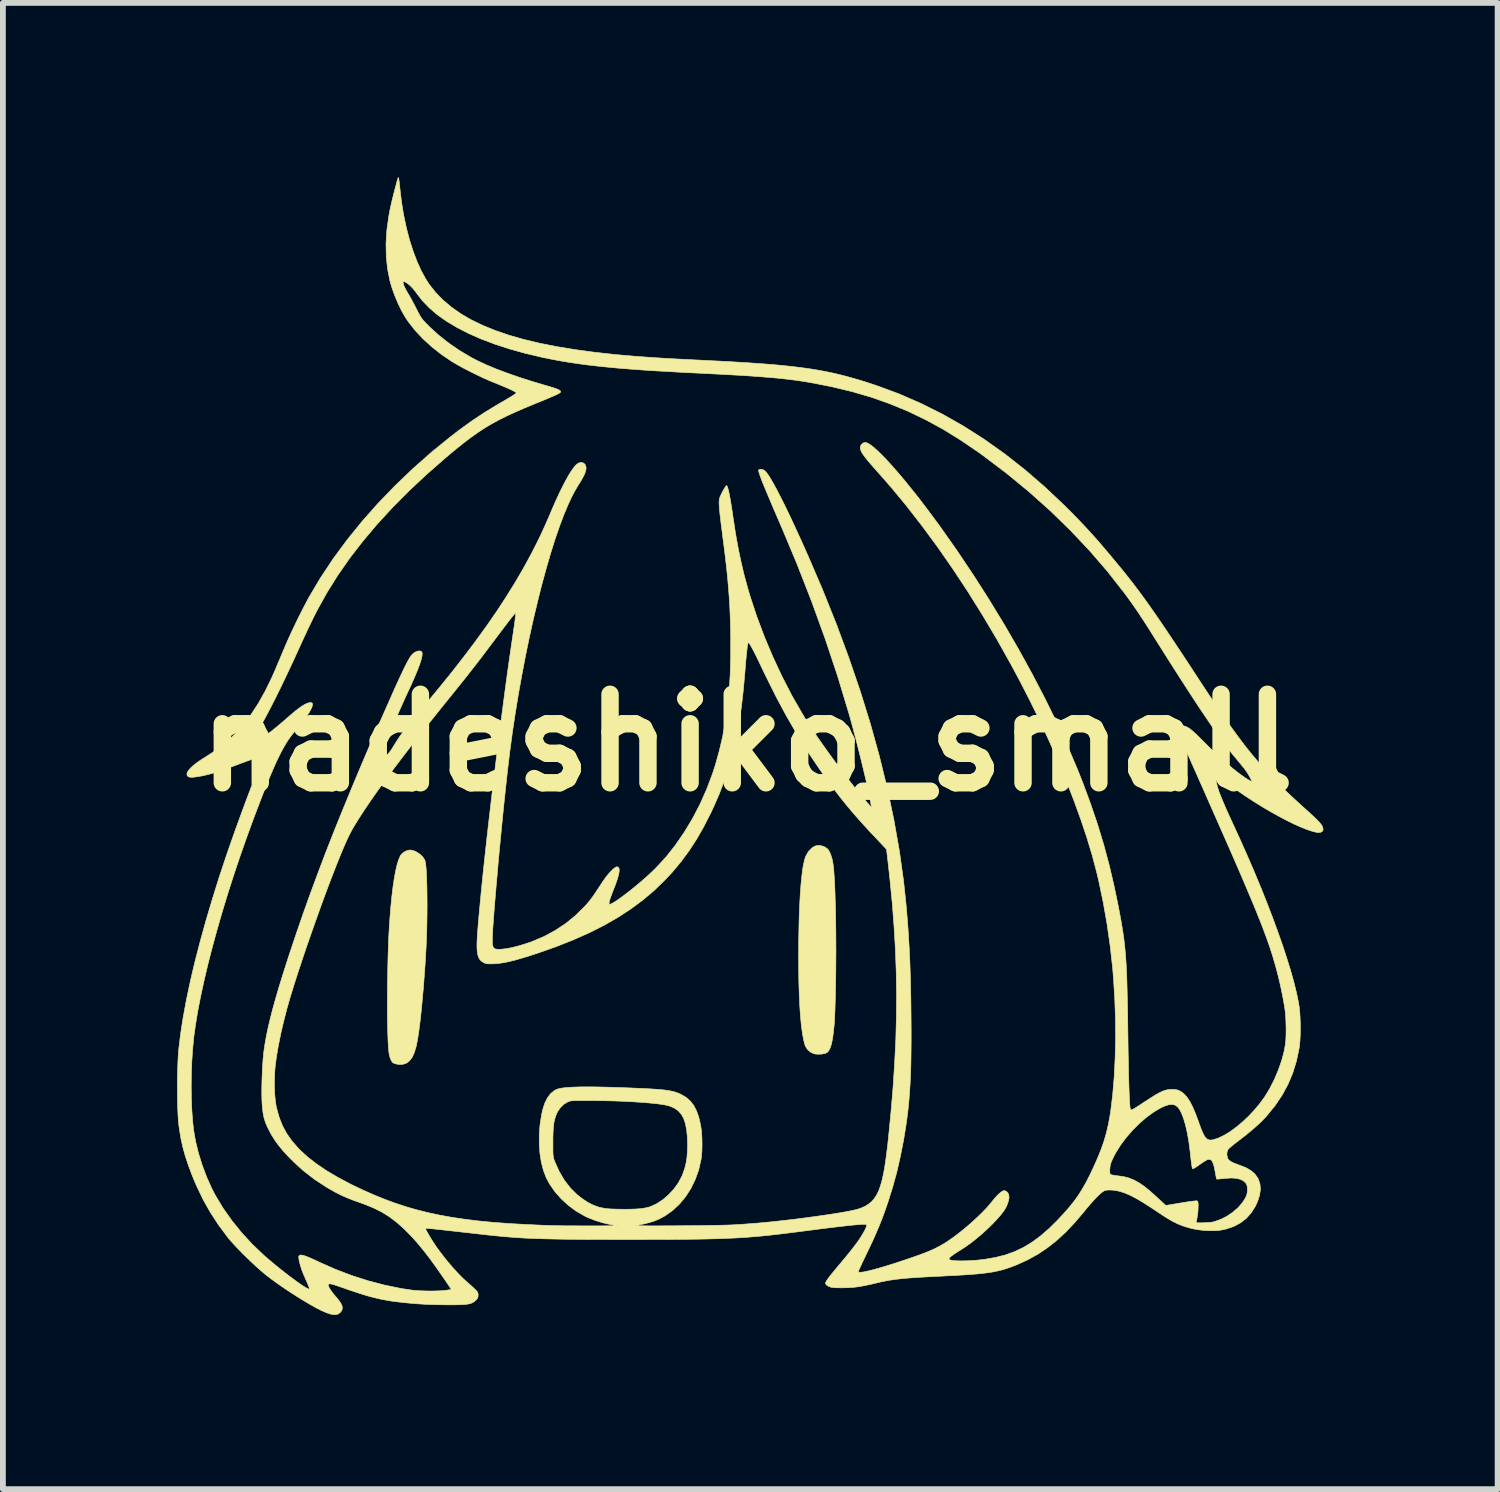
<source format=kicad_pcb>
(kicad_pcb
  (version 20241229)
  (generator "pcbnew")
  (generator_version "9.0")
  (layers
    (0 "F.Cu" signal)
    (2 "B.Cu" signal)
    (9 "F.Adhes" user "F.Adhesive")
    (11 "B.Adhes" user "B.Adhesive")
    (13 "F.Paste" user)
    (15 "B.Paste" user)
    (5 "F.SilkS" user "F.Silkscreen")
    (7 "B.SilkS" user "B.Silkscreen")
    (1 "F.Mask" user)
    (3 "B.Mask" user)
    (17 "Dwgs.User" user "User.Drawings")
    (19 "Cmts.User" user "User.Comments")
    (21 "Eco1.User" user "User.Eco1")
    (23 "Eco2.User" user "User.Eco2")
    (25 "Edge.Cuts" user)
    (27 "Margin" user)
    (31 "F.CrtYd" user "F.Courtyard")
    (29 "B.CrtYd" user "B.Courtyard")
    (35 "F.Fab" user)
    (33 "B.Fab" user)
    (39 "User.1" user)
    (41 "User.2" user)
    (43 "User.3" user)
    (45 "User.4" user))
  (footprint "nadeshiko_small"
    (layer "F.Cu")
    (at 9.814 9.741)
    (property "Reference" "nadeshiko_small" (at 0 0 0) (layer "F.SilkS") (effects (font (size 1.524 1.524) (thickness 0.3))))
    (attr through_hole)
    (fp_poly (pts (xy 1.313 1.783) (xy 1.339 1.795) (xy 1.376 1.818) (xy 1.402 1.845) (xy 1.424 1.884) (xy 1.44 1.92) (xy 1.453 1.958) (xy 1.465 2.001) (xy 1.476 2.051) (xy 1.485 2.109) (xy 1.493 2.178) (xy 1.499 2.259) (xy 1.505 2.353) (xy 1.511 2.463) (xy 1.516 2.591) (xy 1.52 2.737) (xy 1.525 2.904) (xy 1.526 2.95) (xy 1.528 3.091) (xy 1.53 3.242) (xy 1.531 3.401) (xy 1.532 3.565) (xy 1.531 3.732) (xy 1.53 3.898) (xy 1.528 4.061) (xy 1.525 4.219) (xy 1.522 4.368) (xy 1.518 4.507) (xy 1.514 4.632) (xy 1.509 4.74) (xy 1.504 4.83) (xy 1.5 4.872) (xy 1.487 4.999) (xy 1.472 5.103) (xy 1.455 5.188) (xy 1.434 5.253) (xy 1.41 5.3) (xy 1.383 5.332) (xy 1.372 5.339) (xy 1.334 5.353) (xy 1.282 5.362) (xy 1.225 5.364) (xy 1.173 5.36) (xy 1.153 5.356) (xy 1.097 5.329) (xy 1.047 5.287) (xy 1.011 5.235) (xy 1 5.21) (xy 0.976 5.12) (xy 0.955 5.007) (xy 0.937 4.872) (xy 0.921 4.714) (xy 0.909 4.535) (xy 0.9 4.334) (xy 0.893 4.113) (xy 0.89 3.87) (xy 0.889 3.702) (xy 0.89 3.451) (xy 0.894 3.216) (xy 0.899 2.997) (xy 0.907 2.797) (xy 0.917 2.614) (xy 0.929 2.451) (xy 0.943 2.307) (xy 0.958 2.183) (xy 0.976 2.081) (xy 0.996 2) (xy 1.011 1.956) (xy 1.056 1.877) (xy 1.119 1.812) (xy 1.134 1.8) (xy 1.189 1.773) (xy 1.249 1.767) (xy 1.313 1.783)) (stroke (width 0.01) (type solid)) (fill yes) (layer "F.SilkS"))
    (fp_poly (pts (xy -5.746 1.857) (xy -5.688 1.883) (xy -5.632 1.92) (xy -5.585 1.965) (xy -5.552 2.013) (xy -5.543 2.038) (xy -5.535 2.079) (xy -5.528 2.141) (xy -5.522 2.221) (xy -5.518 2.317) (xy -5.514 2.427) (xy -5.511 2.548) (xy -5.51 2.677) (xy -5.509 2.813) (xy -5.51 2.953) (xy -5.512 3.095) (xy -5.515 3.235) (xy -5.52 3.373) (xy -5.525 3.505) (xy -5.53 3.596) (xy -5.543 3.813) (xy -5.558 4.022) (xy -5.573 4.221) (xy -5.59 4.409) (xy -5.606 4.584) (xy -5.623 4.745) (xy -5.641 4.89) (xy -5.658 5.016) (xy -5.676 5.124) (xy -5.693 5.211) (xy -5.699 5.236) (xy -5.73 5.339) (xy -5.768 5.42) (xy -5.814 5.48) (xy -5.868 5.52) (xy -5.931 5.539) (xy -6.004 5.539) (xy -6.045 5.531) (xy -6.082 5.52) (xy -6.105 5.504) (xy -6.123 5.476) (xy -6.127 5.469) (xy -6.14 5.442) (xy -6.15 5.412) (xy -6.159 5.377) (xy -6.166 5.334) (xy -6.172 5.281) (xy -6.177 5.215) (xy -6.181 5.133) (xy -6.185 5.033) (xy -6.189 4.918) (xy -6.191 4.798) (xy -6.193 4.658) (xy -6.193 4.505) (xy -6.192 4.341) (xy -6.191 4.171) (xy -6.188 3.999) (xy -6.185 3.83) (xy -6.181 3.667) (xy -6.176 3.514) (xy -6.171 3.377) (xy -6.165 3.262) (xy -6.151 3.042) (xy -6.135 2.84) (xy -6.117 2.655) (xy -6.097 2.488) (xy -6.075 2.341) (xy -6.052 2.213) (xy -6.027 2.105) (xy -6.001 2.019) (xy -5.973 1.954) (xy -5.957 1.927) (xy -5.918 1.89) (xy -5.866 1.861) (xy -5.812 1.848) (xy -5.8 1.847) (xy -5.746 1.857)) (stroke (width 0.01) (type solid)) (fill yes) (layer "F.SilkS"))
    (fp_poly (pts (xy -6.001 -9.728) (xy -5.995 -9.701) (xy -5.989 -9.657) (xy -5.983 -9.6) (xy -5.976 -9.536) (xy -5.949 -9.309) (xy -5.913 -9.088) (xy -5.867 -8.873) (xy -5.814 -8.667) (xy -5.752 -8.473) (xy -5.684 -8.292) (xy -5.61 -8.128) (xy -5.53 -7.983) (xy -5.471 -7.892) (xy -5.361 -7.753) (xy -5.235 -7.624) (xy -5.092 -7.503) (xy -4.932 -7.39) (xy -4.754 -7.286) (xy -4.557 -7.19) (xy -4.342 -7.102) (xy -4.107 -7.021) (xy -3.853 -6.948) (xy -3.578 -6.882) (xy -3.283 -6.823) (xy -2.966 -6.771) (xy -2.673 -6.731) (xy -2.528 -6.714) (xy -2.386 -6.698) (xy -2.242 -6.683) (xy -2.095 -6.67) (xy -1.943 -6.657) (xy -1.782 -6.645) (xy -1.611 -6.633) (xy -1.427 -6.621) (xy -1.227 -6.61) (xy -1.009 -6.599) (xy -0.77 -6.587) (xy -0.762 -6.586) (xy -0.487 -6.573) (xy -0.234 -6.559) (xy 0.000115 -6.545) (xy 0.216 -6.53) (xy 0.416 -6.515) (xy 0.601 -6.498) (xy 0.773 -6.48) (xy 0.935 -6.46) (xy 1.087 -6.439) (xy 1.232 -6.415) (xy 1.37 -6.389) (xy 1.505 -6.361) (xy 1.637 -6.329) (xy 1.768 -6.294) (xy 1.901 -6.256) (xy 2.036 -6.215) (xy 2.176 -6.169) (xy 2.236 -6.149) (xy 2.619 -6.008) (xy 2.995 -5.844) (xy 3.366 -5.659) (xy 3.73 -5.452) (xy 4.089 -5.223) (xy 4.442 -4.972) (xy 4.789 -4.699) (xy 5.131 -4.403) (xy 5.468 -4.085) (xy 5.6 -3.953) (xy 5.701 -3.849) (xy 5.794 -3.752) (xy 5.881 -3.658) (xy 5.967 -3.563) (xy 6.055 -3.464) (xy 6.147 -3.356) (xy 6.249 -3.236) (xy 6.305 -3.168) (xy 6.382 -3.075) (xy 6.456 -2.986) (xy 6.526 -2.899) (xy 6.593 -2.814) (xy 6.66 -2.728) (xy 6.726 -2.641) (xy 6.793 -2.551) (xy 6.862 -2.456) (xy 6.934 -2.355) (xy 7.009 -2.248) (xy 7.09 -2.131) (xy 7.176 -2.004) (xy 7.269 -1.866) (xy 7.37 -1.715) (xy 7.479 -1.55) (xy 7.599 -1.369) (xy 7.729 -1.17) (xy 7.816 -1.037) (xy 7.961 -0.817) (xy 8.097 -0.615) (xy 8.224 -0.429) (xy 8.345 -0.259) (xy 8.46 -0.101) (xy 8.572 0.047) (xy 8.682 0.185) (xy 8.792 0.316) (xy 8.902 0.442) (xy 9.016 0.565) (xy 9.133 0.686) (xy 9.256 0.808) (xy 9.386 0.931) (xy 9.525 1.059) (xy 9.6 1.127) (xy 9.682 1.2) (xy 9.748 1.261) (xy 9.8 1.31) (xy 9.839 1.35) (xy 9.869 1.383) (xy 9.89 1.41) (xy 9.905 1.434) (xy 9.913 1.45) (xy 9.922 1.492) (xy 9.911 1.522) (xy 9.883 1.541) (xy 9.838 1.546) (xy 9.805 1.542) (xy 9.729 1.523) (xy 9.636 1.492) (xy 9.53 1.449) (xy 9.412 1.396) (xy 9.285 1.333) (xy 9.151 1.262) (xy 9.013 1.185) (xy 8.872 1.102) (xy 8.731 1.014) (xy 8.592 0.924) (xy 8.503 0.863) (xy 8.405 0.795) (xy 8.318 0.737) (xy 8.245 0.688) (xy 8.186 0.651) (xy 8.142 0.626) (xy 8.115 0.613) (xy 8.109 0.612) (xy 8.095 0.622) (xy 8.086 0.641) (xy 8.084 0.671) (xy 8.091 0.713) (xy 8.105 0.769) (xy 8.128 0.84) (xy 8.161 0.926) (xy 8.203 1.028) (xy 8.255 1.148) (xy 8.318 1.287) (xy 8.382 1.426) (xy 8.508 1.701) (xy 8.629 1.974) (xy 8.745 2.244) (xy 8.855 2.509) (xy 8.959 2.769) (xy 9.055 3.02) (xy 9.144 3.263) (xy 9.226 3.495) (xy 9.298 3.716) (xy 9.362 3.923) (xy 9.416 4.115) (xy 9.46 4.292) (xy 9.493 4.45) (xy 9.509 4.543) (xy 9.519 4.629) (xy 9.525 4.729) (xy 9.529 4.837) (xy 9.53 4.948) (xy 9.527 5.056) (xy 9.521 5.155) (xy 9.512 5.238) (xy 9.509 5.259) (xy 9.463 5.479) (xy 9.399 5.687) (xy 9.317 5.882) (xy 9.215 6.07) (xy 9.093 6.251) (xy 8.949 6.427) (xy 8.936 6.442) (xy 8.841 6.54) (xy 8.725 6.645) (xy 8.589 6.758) (xy 8.463 6.855) (xy 8.409 6.896) (xy 8.361 6.935) (xy 8.321 6.968) (xy 8.294 6.993) (xy 8.285 7.003) (xy 8.268 7.045) (xy 8.264 7.096) (xy 8.275 7.149) (xy 8.278 7.158) (xy 8.298 7.186) (xy 8.333 7.213) (xy 8.387 7.239) (xy 8.461 7.267) (xy 8.48 7.274) (xy 8.589 7.316) (xy 8.676 7.366) (xy 8.744 7.424) (xy 8.794 7.492) (xy 8.804 7.511) (xy 8.834 7.597) (xy 8.842 7.69) (xy 8.828 7.791) (xy 8.793 7.9) (xy 8.756 7.98) (xy 8.685 8.094) (xy 8.599 8.19) (xy 8.499 8.268) (xy 8.383 8.33) (xy 8.251 8.374) (xy 8.15 8.395) (xy 8.067 8.403) (xy 7.97 8.403) (xy 7.867 8.398) (xy 7.765 8.386) (xy 7.673 8.369) (xy 7.66 8.366) (xy 7.573 8.342) (xy 7.493 8.316) (xy 7.416 8.284) (xy 7.338 8.246) (xy 7.255 8.199) (xy 7.163 8.141) (xy 7.064 8.075) (xy 6.927 7.984) (xy 6.805 7.907) (xy 6.697 7.844) (xy 6.6 7.794) (xy 6.512 7.756) (xy 6.432 7.729) (xy 6.357 7.712) (xy 6.291 7.704) (xy 6.237 7.702) (xy 6.198 7.704) (xy 6.168 7.71) (xy 6.15 7.718) (xy 6.111 7.743) (xy 6.06 7.787) (xy 6 7.848) (xy 5.93 7.925) (xy 5.851 8.017) (xy 5.804 8.076) (xy 5.647 8.261) (xy 5.492 8.425) (xy 5.335 8.57) (xy 5.174 8.697) (xy 5.008 8.808) (xy 4.833 8.905) (xy 4.648 8.989) (xy 4.602 9.007) (xy 4.531 9.034) (xy 4.462 9.057) (xy 4.394 9.078) (xy 4.323 9.095) (xy 4.248 9.111) (xy 4.167 9.124) (xy 4.076 9.136) (xy 3.975 9.147) (xy 3.86 9.156) (xy 3.729 9.165) (xy 3.58 9.174) (xy 3.411 9.182) (xy 3.365 9.185) (xy 3.196 9.193) (xy 3.048 9.201) (xy 2.918 9.209) (xy 2.803 9.217) (xy 2.702 9.225) (xy 2.611 9.235) (xy 2.529 9.245) (xy 2.452 9.257) (xy 2.379 9.27) (xy 2.307 9.285) (xy 2.233 9.303) (xy 2.223 9.305) (xy 2.148 9.323) (xy 2.068 9.34) (xy 1.993 9.355) (xy 1.929 9.366) (xy 1.911 9.369) (xy 1.847 9.377) (xy 1.774 9.382) (xy 1.697 9.386) (xy 1.622 9.387) (xy 1.553 9.386) (xy 1.495 9.383) (xy 1.454 9.378) (xy 1.445 9.376) (xy 1.397 9.357) (xy 1.365 9.334) (xy 1.351 9.31) (xy 1.351 9.307) (xy 1.356 9.29) (xy 1.373 9.261) (xy 1.402 9.22) (xy 1.443 9.166) (xy 1.499 9.098) (xy 1.568 9.014) (xy 1.61 8.965) (xy 1.666 8.898) (xy 1.726 8.825) (xy 1.784 8.753) (xy 1.836 8.686) (xy 1.865 8.649) (xy 1.916 8.579) (xy 1.961 8.512) (xy 1.999 8.449) (xy 2.03 8.393) (xy 2.051 8.348) (xy 2.061 8.316) (xy 2.058 8.3) (xy 2.049 8.296) (xy 2.031 8.293) (xy 2.002 8.293) (xy 1.962 8.295) (xy 1.909 8.299) (xy 1.843 8.305) (xy 1.761 8.313) (xy 1.664 8.324) (xy 1.55 8.337) (xy 1.418 8.353) (xy 1.266 8.372) (xy 1.095 8.394) (xy 0.902 8.419) (xy 0.831 8.428) (xy 0.695 8.445) (xy 0.566 8.461) (xy 0.443 8.475) (xy 0.324 8.488) (xy 0.208 8.499) (xy 0.092 8.509) (xy -0.025 8.518) (xy -0.145 8.526) (xy -0.27 8.532) (xy -0.401 8.538) (xy -0.54 8.542) (xy -0.69 8.546) (xy -0.851 8.549) (xy -1.026 8.551) (xy -1.216 8.553) (xy -1.423 8.554) (xy -1.649 8.554) (xy -1.895 8.555) (xy -2.003 8.555) (xy -2.252 8.555) (xy -2.479 8.554) (xy -2.687 8.554) (xy -2.876 8.553) (xy -3.049 8.551) (xy -3.208 8.549) (xy -3.353 8.546) (xy -3.487 8.543) (xy -3.611 8.539) (xy -3.727 8.535) (xy -3.837 8.53) (xy -3.941 8.523) (xy -4.043 8.516) (xy -4.144 8.508) (xy -4.244 8.499) (xy -4.347 8.489) (xy -4.453 8.478) (xy -4.549 8.467) (xy -4.658 8.455) (xy -4.779 8.441) (xy -4.905 8.427) (xy -5.028 8.413) (xy -5.142 8.401) (xy -5.216 8.392) (xy -5.299 8.383) (xy -5.374 8.375) (xy -5.438 8.369) (xy -5.489 8.364) (xy -5.523 8.362) (xy -5.537 8.362) (xy -5.537 8.362) (xy -5.534 8.374) (xy -5.521 8.402) (xy -5.499 8.442) (xy -5.471 8.491) (xy -5.438 8.545) (xy -5.403 8.6) (xy -5.368 8.653) (xy -5.358 8.669) (xy -5.289 8.764) (xy -5.212 8.864) (xy -5.131 8.964) (xy -5.048 9.059) (xy -4.968 9.147) (xy -4.893 9.223) (xy -4.832 9.278) (xy -4.786 9.318) (xy -4.738 9.361) (xy -4.696 9.4) (xy -4.691 9.405) (xy -4.659 9.437) (xy -4.64 9.461) (xy -4.632 9.483) (xy -4.63 9.51) (xy -4.63 9.513) (xy -4.633 9.548) (xy -4.645 9.574) (xy -4.671 9.601) (xy -4.696 9.623) (xy -4.723 9.641) (xy -4.753 9.654) (xy -4.791 9.664) (xy -4.838 9.672) (xy -4.897 9.676) (xy -4.972 9.679) (xy -5.065 9.68) (xy -5.155 9.68) (xy -5.361 9.677) (xy -5.55 9.67) (xy -5.729 9.659) (xy -5.903 9.642) (xy -6.026 9.628) (xy -6.125 9.615) (xy -6.218 9.599) (xy -6.308 9.582) (xy -6.399 9.561) (xy -6.494 9.537) (xy -6.596 9.507) (xy -6.709 9.471) (xy -6.836 9.429) (xy -6.98 9.378) (xy -7.002 9.371) (xy -7.074 9.346) (xy -7.128 9.329) (xy -7.165 9.32) (xy -7.19 9.319) (xy -7.205 9.323) (xy -7.21 9.329) (xy -7.211 9.35) (xy -7.196 9.384) (xy -7.169 9.428) (xy -7.131 9.48) (xy -7.089 9.529) (xy -7.033 9.597) (xy -6.994 9.653) (xy -6.973 9.7) (xy -6.968 9.74) (xy -6.978 9.776) (xy -7.004 9.811) (xy -7.008 9.815) (xy -7.047 9.841) (xy -7.098 9.849) (xy -7.161 9.842) (xy -7.239 9.817) (xy -7.256 9.81) (xy -7.331 9.777) (xy -7.421 9.731) (xy -7.522 9.674) (xy -7.632 9.609) (xy -7.747 9.538) (xy -7.864 9.463) (xy -7.98 9.386) (xy -8.092 9.308) (xy -8.196 9.232) (xy -8.29 9.16) (xy -8.362 9.099) (xy -8.444 9.027) (xy -8.531 8.946) (xy -8.62 8.86) (xy -8.708 8.773) (xy -8.79 8.688) (xy -8.863 8.609) (xy -8.924 8.539) (xy -8.945 8.513) (xy -9.104 8.299) (xy -9.245 8.082) (xy -9.37 7.859) (xy -9.483 7.622) (xy -9.552 7.458) (xy -9.617 7.285) (xy -9.671 7.124) (xy -9.714 6.97) (xy -9.748 6.817) (xy -9.774 6.659) (xy -9.787 6.562) (xy -9.794 6.487) (xy -9.799 6.393) (xy -9.804 6.283) (xy -9.807 6.162) (xy -9.808 6.033) (xy -9.809 5.912) (xy -9.571 5.912) (xy -9.569 6.118) (xy -9.561 6.315) (xy -9.548 6.5) (xy -9.531 6.662) (xy -9.497 6.86) (xy -9.447 7.066) (xy -9.382 7.275) (xy -9.305 7.479) (xy -9.218 7.674) (xy -9.154 7.796) (xy -9.023 8.014) (xy -8.872 8.228) (xy -8.703 8.437) (xy -8.521 8.635) (xy -8.328 8.819) (xy -8.312 8.834) (xy -8.229 8.905) (xy -8.142 8.978) (xy -8.055 9.049) (xy -7.968 9.118) (xy -7.884 9.183) (xy -7.804 9.242) (xy -7.732 9.295) (xy -7.667 9.34) (xy -7.614 9.374) (xy -7.573 9.397) (xy -7.547 9.408) (xy -7.54 9.408) (xy -7.537 9.404) (xy -7.537 9.394) (xy -7.543 9.376) (xy -7.554 9.346) (xy -7.572 9.303) (xy -7.597 9.245) (xy -7.631 9.168) (xy -7.656 9.108) (xy -7.678 9.043) (xy -7.697 8.98) (xy -7.711 8.923) (xy -7.718 8.877) (xy -7.719 8.847) (xy -7.718 8.843) (xy -7.708 8.829) (xy -7.69 8.822) (xy -7.66 8.824) (xy -7.618 8.835) (xy -7.562 8.856) (xy -7.49 8.887) (xy -7.4 8.928) (xy -7.366 8.945) (xy -7.092 9.066) (xy -6.81 9.174) (xy -6.523 9.266) (xy -6.236 9.341) (xy -5.954 9.399) (xy -5.772 9.426) (xy -5.701 9.433) (xy -5.617 9.438) (xy -5.524 9.441) (xy -5.43 9.442) (xy -5.34 9.44) (xy -5.259 9.437) (xy -5.194 9.431) (xy -5.18 9.429) (xy -5.09 9.415) (xy -5.219 9.225) (xy -5.342 9.048) (xy -5.457 8.889) (xy -5.566 8.748) (xy -5.671 8.62) (xy -5.774 8.505) (xy -5.877 8.4) (xy -5.907 8.37) (xy -6.032 8.259) (xy -6.157 8.164) (xy -6.287 8.083) (xy -6.427 8.013) (xy -6.583 7.949) (xy -6.644 7.927) (xy -6.771 7.882) (xy -6.882 7.839) (xy -6.983 7.794) (xy -7.081 7.745) (xy -7.182 7.688) (xy -7.244 7.652) (xy -7.444 7.521) (xy -7.631 7.377) (xy -7.808 7.217) (xy -7.891 7.133) (xy -7.985 7.032) (xy -8.062 6.939) (xy -8.128 6.849) (xy -8.186 6.756) (xy -8.22 6.695) (xy -8.262 6.61) (xy -8.294 6.534) (xy -8.317 6.46) (xy -8.333 6.382) (xy -8.344 6.293) (xy -8.35 6.221) (xy -8.354 6.136) (xy -8.356 6.033) (xy -8.355 5.918) (xy -8.355 5.918) (xy -8.138 5.918) (xy -8.134 6.039) (xy -8.124 6.151) (xy -8.11 6.248) (xy -8.101 6.292) (xy -8.056 6.452) (xy -7.999 6.596) (xy -7.927 6.729) (xy -7.838 6.856) (xy -7.73 6.98) (xy -7.696 7.015) (xy -7.565 7.135) (xy -7.413 7.253) (xy -7.24 7.37) (xy -7.044 7.486) (xy -6.827 7.601) (xy -6.616 7.702) (xy -6.431 7.784) (xy -6.247 7.859) (xy -6.064 7.927) (xy -5.878 7.988) (xy -5.689 8.043) (xy -5.494 8.092) (xy -5.292 8.135) (xy -5.081 8.173) (xy -4.859 8.206) (xy -4.625 8.235) (xy -4.376 8.259) (xy -4.111 8.279) (xy -3.827 8.295) (xy -3.524 8.309) (xy -3.285 8.317) (xy -3.247 8.317) (xy -3.193 8.318) (xy -3.126 8.319) (xy -3.049 8.319) (xy -2.964 8.319) (xy -2.873 8.32) (xy -2.779 8.32) (xy -2.684 8.32) (xy -2.592 8.32) (xy -2.504 8.32) (xy -2.423 8.319) (xy -2.352 8.319) (xy -2.293 8.318) (xy -2.249 8.318) (xy -2.222 8.317) (xy -2.214 8.316) (xy -2.217 8.316) (xy -2.344 8.299) (xy -2.479 8.268) (xy -2.615 8.226) (xy -2.744 8.175) (xy -2.794 8.151) (xy -2.94 8.067) (xy -3.077 7.966) (xy -3.201 7.852) (xy -3.31 7.728) (xy -3.401 7.596) (xy -3.459 7.487) (xy -3.506 7.363) (xy -3.542 7.223) (xy -3.566 7.07) (xy -3.574 6.958) (xy -3.342 6.958) (xy -3.342 7.022) (xy -3.341 7.07) (xy -3.338 7.107) (xy -3.334 7.136) (xy -3.329 7.161) (xy -3.321 7.186) (xy -3.31 7.214) (xy -3.309 7.216) (xy -3.234 7.383) (xy -3.145 7.534) (xy -3.041 7.668) (xy -2.924 7.784) (xy -2.837 7.852) (xy -2.736 7.918) (xy -2.641 7.966) (xy -2.547 7.999) (xy -2.449 8.019) (xy -2.417 8.023) (xy -2.355 8.028) (xy -2.277 8.031) (xy -2.189 8.033) (xy -2.097 8.034) (xy -2.008 8.033) (xy -1.926 8.03) (xy -1.859 8.026) (xy -1.832 8.024) (xy -1.776 8.016) (xy -1.721 8.005) (xy -1.676 7.993) (xy -1.669 7.991) (xy -1.559 7.941) (xy -1.451 7.871) (xy -1.351 7.785) (xy -1.26 7.687) (xy -1.182 7.579) (xy -1.121 7.465) (xy -1.107 7.43) (xy -1.072 7.33) (xy -1.048 7.233) (xy -1.033 7.132) (xy -1.025 7.019) (xy -1.023 6.933) (xy -1.027 6.788) (xy -1.04 6.663) (xy -1.061 6.557) (xy -1.091 6.468) (xy -1.132 6.396) (xy -1.184 6.338) (xy -1.248 6.293) (xy -1.324 6.26) (xy -1.35 6.252) (xy -1.408 6.238) (xy -1.487 6.225) (xy -1.585 6.213) (xy -1.699 6.202) (xy -1.827 6.192) (xy -1.967 6.183) (xy -2.116 6.175) (xy -2.272 6.169) (xy -2.433 6.165) (xy -2.597 6.162) (xy -2.673 6.161) (xy -2.773 6.161) (xy -2.853 6.161) (xy -2.916 6.161) (xy -2.964 6.162) (xy -3 6.164) (xy -3.027 6.167) (xy -3.048 6.171) (xy -3.065 6.176) (xy -3.082 6.183) (xy -3.091 6.187) (xy -3.155 6.227) (xy -3.214 6.284) (xy -3.261 6.353) (xy -3.274 6.377) (xy -3.295 6.43) (xy -3.312 6.484) (xy -3.325 6.544) (xy -3.333 6.613) (xy -3.339 6.696) (xy -3.342 6.795) (xy -3.342 6.875) (xy -3.342 6.958) (xy -3.574 6.958) (xy -3.577 6.908) (xy -3.577 6.742) (xy -3.564 6.575) (xy -3.538 6.411) (xy -3.52 6.327) (xy -3.484 6.211) (xy -3.437 6.116) (xy -3.381 6.042) (xy -3.314 5.988) (xy -3.277 5.969) (xy -3.235 5.956) (xy -3.175 5.945) (xy -3.097 5.937) (xy -3.001 5.931) (xy -2.885 5.927) (xy -2.749 5.926) (xy -2.593 5.927) (xy -2.416 5.931) (xy -2.217 5.937) (xy -1.996 5.945) (xy -1.963 5.947) (xy -1.816 5.953) (xy -1.691 5.959) (xy -1.583 5.966) (xy -1.493 5.973) (xy -1.416 5.981) (xy -1.35 5.99) (xy -1.295 6.001) (xy -1.246 6.013) (xy -1.202 6.028) (xy -1.161 6.044) (xy -1.135 6.056) (xy -1.049 6.107) (xy -0.977 6.17) (xy -0.917 6.247) (xy -0.868 6.341) (xy -0.829 6.453) (xy -0.799 6.584) (xy -0.796 6.601) (xy -0.783 6.698) (xy -0.776 6.807) (xy -0.774 6.92) (xy -0.776 7.029) (xy -0.784 7.128) (xy -0.791 7.177) (xy -0.831 7.353) (xy -0.89 7.519) (xy -0.965 7.674) (xy -1.056 7.816) (xy -1.161 7.943) (xy -1.28 8.054) (xy -1.411 8.147) (xy -1.515 8.203) (xy -1.59 8.234) (xy -1.681 8.263) (xy -1.778 8.287) (xy -1.875 8.306) (xy -1.922 8.312) (xy -1.93 8.314) (xy -1.916 8.316) (xy -1.884 8.317) (xy -1.834 8.318) (xy -1.769 8.319) (xy -1.691 8.32) (xy -1.601 8.32) (xy -1.501 8.32) (xy -1.394 8.319) (xy -1.282 8.319) (xy -1.166 8.318) (xy -1.048 8.317) (xy -0.93 8.316) (xy -0.815 8.315) (xy -0.703 8.313) (xy -0.598 8.312) (xy -0.5 8.31) (xy -0.413 8.308) (xy -0.337 8.306) (xy -0.275 8.304) (xy -0.231 8.302) (xy -0.017 8.288) (xy 0.189 8.272) (xy 0.393 8.253) (xy 0.6 8.231) (xy 0.817 8.206) (xy 1.05 8.176) (xy 1.108 8.168) (xy 1.265 8.146) (xy 1.409 8.125) (xy 1.539 8.105) (xy 1.654 8.086) (xy 1.751 8.068) (xy 1.829 8.052) (xy 1.886 8.038) (xy 1.903 8.034) (xy 1.975 8.009) (xy 2.04 7.979) (xy 2.097 7.943) (xy 2.148 7.901) (xy 2.193 7.849) (xy 2.233 7.787) (xy 2.269 7.714) (xy 2.3 7.627) (xy 2.328 7.526) (xy 2.354 7.408) (xy 2.377 7.273) (xy 2.399 7.119) (xy 2.421 6.944) (xy 2.436 6.806) (xy 2.48 6.358) (xy 2.516 5.928) (xy 2.543 5.514) (xy 2.563 5.111) (xy 2.573 4.718) (xy 2.576 4.33) (xy 2.57 3.945) (xy 2.556 3.559) (xy 2.533 3.17) (xy 2.503 2.774) (xy 2.463 2.368) (xy 2.437 2.127) (xy 2.403 1.835) (xy 2.244 1.666) (xy 2.114 1.529) (xy 1.999 1.403) (xy 1.895 1.287) (xy 1.799 1.176) (xy 1.708 1.067) (xy 1.62 0.957) (xy 1.531 0.842) (xy 1.471 0.762) (xy 1.258 0.467) (xy 1.056 0.167) (xy 0.864 -0.142) (xy 0.678 -0.463) (xy 0.498 -0.799) (xy 0.321 -1.155) (xy 0.265 -1.27) (xy 0.206 -1.395) (xy 0.155 -1.5) (xy 0.112 -1.584) (xy 0.078 -1.648) (xy 0.052 -1.692) (xy 0.034 -1.718) (xy 0.024 -1.725) (xy 0.023 -1.724) (xy 0.016 -1.709) (xy 0.009 -1.677) (xy 0.002 -1.625) (xy -0.006 -1.555) (xy -0.015 -1.464) (xy -0.025 -1.351) (xy -0.035 -1.224) (xy -0.063 -0.908) (xy -0.097 -0.612) (xy -0.139 -0.333) (xy -0.189 -0.07) (xy -0.247 0.181) (xy -0.314 0.422) (xy -0.391 0.655) (xy -0.478 0.883) (xy -0.576 1.108) (xy -0.624 1.21) (xy -0.744 1.445) (xy -0.867 1.66) (xy -0.997 1.86) (xy -1.135 2.047) (xy -1.283 2.225) (xy -1.42 2.371) (xy -1.6 2.545) (xy -1.794 2.709) (xy -2.002 2.863) (xy -2.224 3.008) (xy -2.463 3.145) (xy -2.72 3.274) (xy -2.995 3.396) (xy -3.291 3.513) (xy -3.6 3.622) (xy -3.751 3.671) (xy -3.883 3.711) (xy -3.998 3.744) (xy -4.099 3.769) (xy -4.188 3.787) (xy -4.267 3.799) (xy -4.338 3.806) (xy -4.353 3.806) (xy -4.411 3.808) (xy -4.453 3.808) (xy -4.482 3.805) (xy -4.506 3.799) (xy -4.53 3.789) (xy -4.537 3.785) (xy -4.572 3.763) (xy -4.6 3.734) (xy -4.621 3.698) (xy -4.637 3.65) (xy -4.646 3.591) (xy -4.65 3.516) (xy -4.649 3.425) (xy -4.643 3.314) (xy -4.636 3.221) (xy -4.62 3.027) (xy -4.6 2.811) (xy -4.578 2.578) (xy -4.553 2.328) (xy -4.525 2.063) (xy -4.495 1.787) (xy -4.463 1.5) (xy -4.429 1.206) (xy -4.394 0.905) (xy -4.358 0.602) (xy -4.32 0.296) (xy -4.282 -0.008) (xy -4.244 -0.31) (xy -4.205 -0.607) (xy -4.167 -0.896) (xy -4.129 -1.177) (xy -4.091 -1.446) (xy -4.054 -1.702) (xy -4.019 -1.94) (xy -4.009 -2.004) (xy -4 -2.069) (xy -3.993 -2.127) (xy -3.989 -2.165) (xy -3.98 -2.246) (xy -4.047 -2.165) (xy -4.07 -2.136) (xy -4.105 -2.091) (xy -4.149 -2.033) (xy -4.2 -1.966) (xy -4.256 -1.892) (xy -4.315 -1.814) (xy -4.347 -1.771) (xy -4.435 -1.654) (xy -4.517 -1.545) (xy -4.595 -1.442) (xy -4.673 -1.341) (xy -4.753 -1.239) (xy -4.837 -1.132) (xy -4.928 -1.018) (xy -5.029 -0.892) (xy -5.142 -0.752) (xy -5.144 -0.75) (xy -5.362 -0.479) (xy -5.566 -0.224) (xy -5.754 0.016) (xy -5.927 0.241) (xy -6.087 0.452) (xy -6.233 0.65) (xy -6.367 0.835) (xy -6.488 1.008) (xy -6.597 1.169) (xy -6.694 1.32) (xy -6.699 1.328) (xy -6.741 1.396) (xy -6.779 1.459) (xy -6.813 1.519) (xy -6.845 1.581) (xy -6.878 1.648) (xy -6.911 1.721) (xy -6.948 1.806) (xy -6.989 1.904) (xy -7.036 2.02) (xy -7.057 2.072) (xy -7.126 2.249) (xy -7.201 2.443) (xy -7.278 2.65) (xy -7.357 2.867) (xy -7.436 3.089) (xy -7.515 3.313) (xy -7.592 3.535) (xy -7.665 3.752) (xy -7.734 3.96) (xy -7.796 4.154) (xy -7.851 4.332) (xy -7.863 4.37) (xy -7.924 4.583) (xy -7.979 4.797) (xy -8.028 5.006) (xy -8.069 5.208) (xy -8.101 5.396) (xy -8.123 5.553) (xy -8.133 5.67) (xy -8.138 5.793) (xy -8.138 5.918) (xy -8.355 5.918) (xy -8.352 5.796) (xy -8.347 5.672) (xy -8.341 5.552) (xy -8.333 5.44) (xy -8.323 5.342) (xy -8.318 5.299) (xy -8.299 5.174) (xy -8.275 5.041) (xy -8.245 4.899) (xy -8.209 4.747) (xy -8.167 4.583) (xy -8.117 4.405) (xy -8.061 4.212) (xy -7.996 4.001) (xy -7.923 3.772) (xy -7.873 3.619) (xy -7.761 3.285) (xy -7.645 2.948) (xy -7.523 2.607) (xy -7.395 2.261) (xy -7.261 1.907) (xy -7.119 1.544) (xy -6.968 1.171) (xy -6.809 0.784) (xy -6.641 0.383) (xy -6.462 -0.035) (xy -6.283 -0.445) (xy -6.205 -0.621) (xy -6.136 -0.777) (xy -6.075 -0.915) (xy -6.021 -1.034) (xy -5.973 -1.138) (xy -5.931 -1.227) (xy -5.895 -1.302) (xy -5.863 -1.364) (xy -5.836 -1.415) (xy -5.812 -1.457) (xy -5.791 -1.489) (xy -5.783 -1.501) (xy -5.749 -1.537) (xy -5.708 -1.564) (xy -5.667 -1.579) (xy -5.63 -1.581) (xy -5.602 -1.567) (xy -5.6 -1.565) (xy -5.593 -1.539) (xy -5.596 -1.494) (xy -5.611 -1.43) (xy -5.637 -1.349) (xy -5.674 -1.25) (xy -5.722 -1.136) (xy -5.779 -1.006) (xy -5.798 -0.964) (xy -5.86 -0.832) (xy -5.912 -0.718) (xy -5.955 -0.621) (xy -5.992 -0.538) (xy -6.022 -0.468) (xy -6.047 -0.407) (xy -6.067 -0.355) (xy -6.079 -0.323) (xy -6.101 -0.264) (xy -6.129 -0.193) (xy -6.16 -0.12) (xy -6.19 -0.052) (xy -6.233 0.041) (xy -6.265 0.116) (xy -6.288 0.174) (xy -6.303 0.217) (xy -6.309 0.246) (xy -6.307 0.265) (xy -6.299 0.275) (xy -6.286 0.277) (xy -6.265 0.268) (xy -6.235 0.245) (xy -6.2 0.211) (xy -6.164 0.172) (xy -6.131 0.13) (xy -6.109 0.096) (xy -6.066 0.025) (xy -6.023 -0.043) (xy -5.977 -0.112) (xy -5.925 -0.183) (xy -5.867 -0.26) (xy -5.801 -0.344) (xy -5.723 -0.439) (xy -5.633 -0.548) (xy -5.588 -0.6) (xy -5.334 -0.906) (xy -5.097 -1.198) (xy -4.877 -1.48) (xy -4.672 -1.751) (xy -4.482 -2.014) (xy -4.305 -2.27) (xy -4.142 -2.52) (xy -3.99 -2.765) (xy -3.849 -3.007) (xy -3.718 -3.247) (xy -3.632 -3.415) (xy -3.59 -3.5) (xy -3.552 -3.579) (xy -3.515 -3.659) (xy -3.477 -3.742) (xy -3.436 -3.835) (xy -3.39 -3.941) (xy -3.358 -4.018) (xy -3.292 -4.168) (xy -3.228 -4.307) (xy -3.166 -4.432) (xy -3.108 -4.542) (xy -3.054 -4.636) (xy -3.004 -4.711) (xy -2.96 -4.768) (xy -2.932 -4.796) (xy -2.888 -4.822) (xy -2.846 -4.827) (xy -2.81 -4.814) (xy -2.783 -4.785) (xy -2.771 -4.741) (xy -2.771 -4.731) (xy -2.775 -4.695) (xy -2.787 -4.653) (xy -2.809 -4.602) (xy -2.842 -4.54) (xy -2.888 -4.464) (xy -2.906 -4.436) (xy -2.967 -4.332) (xy -3.026 -4.219) (xy -3.084 -4.093) (xy -3.144 -3.95) (xy -3.15 -3.937) (xy -3.227 -3.732) (xy -3.305 -3.506) (xy -3.382 -3.261) (xy -3.458 -2.999) (xy -3.534 -2.721) (xy -3.607 -2.43) (xy -3.679 -2.128) (xy -3.748 -1.817) (xy -3.814 -1.498) (xy -3.876 -1.173) (xy -3.935 -0.846) (xy -3.989 -0.516) (xy -4.039 -0.187) (xy -4.083 0.139) (xy -4.086 0.162) (xy -4.102 0.294) (xy -4.12 0.446) (xy -4.139 0.616) (xy -4.159 0.801) (xy -4.18 0.997) (xy -4.201 1.203) (xy -4.222 1.415) (xy -4.243 1.63) (xy -4.264 1.847) (xy -4.284 2.061) (xy -4.302 2.271) (xy -4.32 2.473) (xy -4.336 2.664) (xy -4.351 2.843) (xy -4.352 2.852) (xy -4.362 2.992) (xy -4.371 3.111) (xy -4.378 3.211) (xy -4.382 3.293) (xy -4.385 3.36) (xy -4.385 3.413) (xy -4.384 3.455) (xy -4.38 3.486) (xy -4.374 3.509) (xy -4.367 3.526) (xy -4.357 3.538) (xy -4.357 3.539) (xy -4.328 3.553) (xy -4.281 3.558) (xy -4.217 3.555) (xy -4.139 3.545) (xy -4.049 3.528) (xy -3.95 3.503) (xy -3.844 3.472) (xy -3.734 3.436) (xy -3.696 3.422) (xy -3.494 3.336) (xy -3.3 3.231) (xy -3.117 3.109) (xy -2.948 2.971) (xy -2.796 2.821) (xy -2.766 2.788) (xy -2.738 2.754) (xy -2.711 2.722) (xy -2.685 2.689) (xy -2.657 2.651) (xy -2.625 2.605) (xy -2.588 2.549) (xy -2.542 2.48) (xy -2.486 2.394) (xy -2.479 2.384) (xy -2.437 2.324) (xy -2.392 2.267) (xy -2.347 2.217) (xy -2.306 2.176) (xy -2.27 2.148) (xy -2.244 2.136) (xy -2.24 2.136) (xy -2.215 2.144) (xy -2.202 2.168) (xy -2.2 2.21) (xy -2.21 2.269) (xy -2.232 2.347) (xy -2.265 2.443) (xy -2.292 2.511) (xy -2.326 2.6) (xy -2.352 2.67) (xy -2.368 2.721) (xy -2.375 2.756) (xy -2.375 2.776) (xy -2.367 2.782) (xy -2.34 2.775) (xy -2.3 2.753) (xy -2.246 2.72) (xy -2.182 2.675) (xy -2.11 2.622) (xy -2.032 2.562) (xy -1.95 2.496) (xy -1.866 2.427) (xy -1.783 2.356) (xy -1.703 2.284) (xy -1.628 2.214) (xy -1.571 2.159) (xy -1.398 1.972) (xy -1.234 1.765) (xy -1.08 1.541) (xy -0.937 1.304) (xy -0.807 1.054) (xy -0.692 0.795) (xy -0.592 0.529) (xy -0.543 0.377) (xy -0.476 0.136) (xy -0.419 -0.108) (xy -0.373 -0.356) (xy -0.336 -0.612) (xy -0.308 -0.879) (xy -0.29 -1.158) (xy -0.281 -1.453) (xy -0.28 -1.766) (xy -0.28 -1.83) (xy -0.284 -2.007) (xy -0.289 -2.175) (xy -0.296 -2.338) (xy -0.306 -2.498) (xy -0.318 -2.661) (xy -0.333 -2.83) (xy -0.351 -3.008) (xy -0.373 -3.199) (xy -0.399 -3.407) (xy -0.416 -3.537) (xy -0.433 -3.673) (xy -0.448 -3.787) (xy -0.459 -3.883) (xy -0.468 -3.962) (xy -0.474 -4.026) (xy -0.478 -4.078) (xy -0.48 -4.119) (xy -0.48 -4.152) (xy -0.478 -4.179) (xy -0.475 -4.201) (xy -0.474 -4.203) (xy -0.463 -4.238) (xy -0.441 -4.285) (xy -0.415 -4.336) (xy -0.387 -4.384) (xy -0.362 -4.42) (xy -0.356 -4.427) (xy -0.347 -4.426) (xy -0.336 -4.404) (xy -0.323 -4.361) (xy -0.308 -4.296) (xy -0.291 -4.209) (xy -0.273 -4.1) (xy -0.252 -3.968) (xy -0.237 -3.862) (xy -0.197 -3.601) (xy -0.153 -3.357) (xy -0.105 -3.125) (xy -0.052 -2.9) (xy 0.009 -2.674) (xy 0.052 -2.528) (xy 0.166 -2.181) (xy 0.298 -1.83) (xy 0.445 -1.481) (xy 0.605 -1.138) (xy 0.776 -0.807) (xy 0.957 -0.492) (xy 1.014 -0.398) (xy 1.077 -0.299) (xy 1.152 -0.186) (xy 1.236 -0.064) (xy 1.327 0.065) (xy 1.422 0.198) (xy 1.521 0.333) (xy 1.62 0.466) (xy 1.718 0.596) (xy 1.813 0.718) (xy 1.902 0.831) (xy 1.984 0.931) (xy 2.057 1.016) (xy 2.088 1.051) (xy 2.145 1.114) (xy 2.124 0.999) (xy 2.108 0.914) (xy 2.086 0.81) (xy 2.06 0.691) (xy 2.029 0.559) (xy 1.995 0.417) (xy 1.959 0.269) (xy 1.921 0.118) (xy 1.883 -0.033) (xy 1.844 -0.18) (xy 1.806 -0.322) (xy 1.77 -0.453) (xy 1.749 -0.525) (xy 1.558 -1.157) (xy 1.345 -1.795) (xy 1.111 -2.44) (xy 0.857 -3.09) (xy 0.606 -3.689) (xy 0.532 -3.86) (xy 0.466 -4.012) (xy 0.41 -4.145) (xy 0.361 -4.261) (xy 0.32 -4.36) (xy 0.285 -4.443) (xy 0.257 -4.513) (xy 0.236 -4.569) (xy 0.22 -4.614) (xy 0.209 -4.648) (xy 0.202 -4.673) (xy 0.2 -4.689) (xy 0.202 -4.699) (xy 0.202 -4.699) (xy 0.22 -4.709) (xy 0.25 -4.709) (xy 0.283 -4.7) (xy 0.303 -4.687) (xy 0.333 -4.657) (xy 0.371 -4.605) (xy 0.416 -4.532) (xy 0.469 -4.439) (xy 0.53 -4.326) (xy 0.597 -4.194) (xy 0.672 -4.043) (xy 0.753 -3.874) (xy 0.84 -3.687) (xy 0.934 -3.482) (xy 1.033 -3.26) (xy 1.043 -3.239) (xy 1.3 -2.64) (xy 1.537 -2.049) (xy 1.753 -1.466) (xy 1.95 -0.89) (xy 2.126 -0.323) (xy 2.281 0.236) (xy 2.416 0.787) (xy 2.53 1.329) (xy 2.624 1.861) (xy 2.697 2.384) (xy 2.736 2.751) (xy 2.754 2.956) (xy 2.77 3.154) (xy 2.783 3.35) (xy 2.794 3.547) (xy 2.804 3.749) (xy 2.811 3.959) (xy 2.817 4.181) (xy 2.822 4.419) (xy 2.825 4.675) (xy 2.825 4.693) (xy 2.827 4.937) (xy 2.827 5.16) (xy 2.825 5.365) (xy 2.822 5.554) (xy 2.816 5.729) (xy 2.808 5.893) (xy 2.798 6.047) (xy 2.786 6.196) (xy 2.771 6.34) (xy 2.753 6.482) (xy 2.733 6.624) (xy 2.709 6.769) (xy 2.695 6.852) (xy 2.64 7.13) (xy 2.58 7.393) (xy 2.51 7.648) (xy 2.43 7.903) (xy 2.382 8.043) (xy 2.334 8.175) (xy 2.283 8.305) (xy 2.227 8.437) (xy 2.165 8.577) (xy 2.093 8.729) (xy 2.054 8.81) (xy 2.018 8.886) (xy 1.985 8.954) (xy 1.958 9.014) (xy 1.936 9.061) (xy 1.922 9.093) (xy 1.917 9.107) (xy 1.917 9.108) (xy 1.927 9.118) (xy 1.959 9.119) (xy 2.01 9.113) (xy 2.08 9.098) (xy 2.169 9.076) (xy 2.275 9.047) (xy 2.399 9.01) (xy 2.538 8.967) (xy 2.692 8.916) (xy 2.707 8.911) (xy 2.846 8.864) (xy 2.965 8.822) (xy 3.069 8.783) (xy 3.159 8.746) (xy 3.239 8.71) (xy 3.312 8.672) (xy 3.381 8.633) (xy 3.449 8.59) (xy 3.519 8.542) (xy 3.536 8.53) (xy 3.641 8.452) (xy 3.748 8.366) (xy 3.854 8.275) (xy 3.955 8.183) (xy 4.049 8.092) (xy 4.131 8.007) (xy 4.198 7.929) (xy 4.214 7.909) (xy 4.267 7.843) (xy 4.318 7.788) (xy 4.363 7.747) (xy 4.401 7.721) (xy 4.427 7.712) (xy 4.462 7.723) (xy 4.492 7.75) (xy 4.509 7.787) (xy 4.513 7.838) (xy 4.5 7.901) (xy 4.474 7.972) (xy 4.462 7.998) (xy 4.425 8.059) (xy 4.371 8.13) (xy 4.303 8.208) (xy 4.224 8.291) (xy 4.137 8.376) (xy 4.044 8.46) (xy 3.948 8.541) (xy 3.853 8.616) (xy 3.76 8.682) (xy 3.703 8.719) (xy 3.624 8.768) (xy 3.564 8.808) (xy 3.521 8.839) (xy 3.494 8.862) (xy 3.481 8.88) (xy 3.48 8.893) (xy 3.489 8.903) (xy 3.517 8.912) (xy 3.564 8.919) (xy 3.628 8.922) (xy 3.703 8.923) (xy 3.788 8.921) (xy 3.878 8.917) (xy 3.97 8.91) (xy 4.061 8.9) (xy 4.1 8.895) (xy 4.283 8.863) (xy 4.452 8.82) (xy 4.612 8.762) (xy 4.763 8.69) (xy 4.91 8.601) (xy 5.055 8.494) (xy 5.2 8.368) (xy 5.339 8.231) (xy 5.45 8.113) (xy 5.545 8.005) (xy 5.628 7.902) (xy 5.703 7.799) (xy 5.771 7.691) (xy 5.837 7.575) (xy 5.904 7.445) (xy 5.934 7.381) (xy 6.247 7.381) (xy 6.249 7.411) (xy 6.256 7.428) (xy 6.262 7.434) (xy 6.28 7.441) (xy 6.316 7.449) (xy 6.363 7.456) (xy 6.393 7.459) (xy 6.487 7.472) (xy 6.576 7.495) (xy 6.663 7.53) (xy 6.751 7.578) (xy 6.842 7.64) (xy 6.94 7.72) (xy 7.043 7.812) (xy 7.087 7.853) (xy 7.128 7.891) (xy 7.162 7.922) (xy 7.182 7.941) (xy 7.183 7.941) (xy 7.214 7.968) (xy 7.472 7.925) (xy 7.548 7.913) (xy 7.616 7.902) (xy 7.674 7.895) (xy 7.718 7.89) (xy 7.745 7.888) (xy 7.751 7.889) (xy 7.761 7.897) (xy 7.767 7.915) (xy 7.77 7.948) (xy 7.77 7.981) (xy 7.768 8.036) (xy 7.764 8.094) (xy 7.758 8.135) (xy 7.751 8.178) (xy 7.745 8.216) (xy 7.741 8.235) (xy 7.736 8.267) (xy 7.855 8.267) (xy 7.921 8.264) (xy 7.984 8.259) (xy 8.035 8.251) (xy 8.042 8.249) (xy 8.154 8.21) (xy 8.264 8.155) (xy 8.366 8.086) (xy 8.458 8.006) (xy 8.534 7.918) (xy 8.587 7.834) (xy 8.609 7.778) (xy 8.619 7.717) (xy 8.618 7.659) (xy 8.606 7.61) (xy 8.595 7.589) (xy 8.553 7.547) (xy 8.497 7.518) (xy 8.427 7.501) (xy 8.34 7.495) (xy 8.235 7.502) (xy 8.214 7.504) (xy 8.163 7.51) (xy 8.122 7.513) (xy 8.096 7.515) (xy 8.088 7.514) (xy 8.084 7.502) (xy 8.078 7.472) (xy 8.07 7.429) (xy 8.065 7.401) (xy 8.049 7.317) (xy 8.032 7.254) (xy 8.014 7.211) (xy 7.992 7.185) (xy 7.966 7.174) (xy 7.937 7.177) (xy 7.916 7.186) (xy 7.882 7.206) (xy 7.839 7.234) (xy 7.797 7.263) (xy 7.753 7.294) (xy 7.716 7.318) (xy 7.689 7.333) (xy 7.677 7.337) (xy 7.672 7.331) (xy 7.667 7.317) (xy 7.662 7.294) (xy 7.657 7.258) (xy 7.65 7.207) (xy 7.642 7.138) (xy 7.632 7.048) (xy 7.632 7.045) (xy 7.61 6.874) (xy 7.583 6.72) (xy 7.552 6.584) (xy 7.517 6.466) (xy 7.479 6.37) (xy 7.453 6.321) (xy 7.417 6.272) (xy 7.374 6.241) (xy 7.324 6.228) (xy 7.263 6.234) (xy 7.192 6.257) (xy 7.13 6.285) (xy 7.008 6.357) (xy 6.883 6.447) (xy 6.76 6.553) (xy 6.642 6.671) (xy 6.532 6.797) (xy 6.434 6.928) (xy 6.351 7.06) (xy 6.319 7.121) (xy 6.291 7.179) (xy 6.272 7.223) (xy 6.26 7.259) (xy 6.253 7.294) (xy 6.249 7.333) (xy 6.249 7.335) (xy 6.247 7.381) (xy 5.934 7.381) (xy 5.961 7.325) (xy 6.035 7.159) (xy 6.097 7.006) (xy 6.148 6.861) (xy 6.189 6.719) (xy 6.223 6.575) (xy 6.251 6.423) (xy 6.263 6.347) (xy 6.298 6.058) (xy 6.324 5.752) (xy 6.34 5.431) (xy 6.348 5.1) (xy 6.346 4.761) (xy 6.334 4.419) (xy 6.313 4.078) (xy 6.298 3.891) (xy 6.256 3.509) (xy 6.201 3.124) (xy 6.134 2.744) (xy 6.057 2.376) (xy 6.019 2.217) (xy 5.943 1.931) (xy 5.852 1.63) (xy 5.747 1.317) (xy 5.629 0.992) (xy 5.499 0.658) (xy 5.357 0.316) (xy 5.204 -0.03) (xy 5.042 -0.38) (xy 4.87 -0.731) (xy 4.69 -1.081) (xy 4.545 -1.351) (xy 4.306 -1.778) (xy 4.058 -2.195) (xy 3.804 -2.602) (xy 3.544 -2.995) (xy 3.28 -3.375) (xy 3.013 -3.737) (xy 2.745 -4.082) (xy 2.476 -4.407) (xy 2.292 -4.617) (xy 2.208 -4.711) (xy 2.138 -4.791) (xy 2.082 -4.857) (xy 2.038 -4.912) (xy 2.004 -4.957) (xy 1.98 -4.995) (xy 1.964 -5.027) (xy 1.955 -5.054) (xy 1.951 -5.08) (xy 1.951 -5.089) (xy 1.962 -5.124) (xy 1.988 -5.154) (xy 2.023 -5.171) (xy 2.037 -5.172) (xy 2.072 -5.163) (xy 2.12 -5.135) (xy 2.179 -5.09) (xy 2.247 -5.029) (xy 2.326 -4.953) (xy 2.413 -4.862) (xy 2.508 -4.758) (xy 2.609 -4.642) (xy 2.717 -4.514) (xy 2.829 -4.375) (xy 2.947 -4.228) (xy 3.067 -4.071) (xy 3.19 -3.907) (xy 3.315 -3.737) (xy 3.333 -3.712) (xy 3.621 -3.303) (xy 3.9 -2.886) (xy 4.169 -2.465) (xy 4.428 -2.04) (xy 4.675 -1.614) (xy 4.909 -1.189) (xy 5.129 -0.767) (xy 5.334 -0.35) (xy 5.522 0.06) (xy 5.692 0.46) (xy 5.787 0.699) (xy 5.919 1.057) (xy 6.037 1.405) (xy 6.142 1.751) (xy 6.236 2.1) (xy 6.32 2.459) (xy 6.365 2.673) (xy 6.393 2.809) (xy 6.417 2.935) (xy 6.439 3.053) (xy 6.458 3.164) (xy 6.475 3.271) (xy 6.49 3.375) (xy 6.502 3.481) (xy 6.513 3.588) (xy 6.522 3.701) (xy 6.53 3.82) (xy 6.536 3.948) (xy 6.542 4.087) (xy 6.546 4.24) (xy 6.55 4.409) (xy 6.554 4.595) (xy 6.557 4.801) (xy 6.558 4.889) (xy 6.561 5.111) (xy 6.564 5.315) (xy 6.568 5.502) (xy 6.571 5.672) (xy 6.575 5.823) (xy 6.579 5.954) (xy 6.583 6.066) (xy 6.587 6.158) (xy 6.592 6.228) (xy 6.596 6.276) (xy 6.6 6.301) (xy 6.61 6.32) (xy 6.63 6.321) (xy 6.631 6.32) (xy 6.648 6.312) (xy 6.68 6.293) (xy 6.726 6.264) (xy 6.781 6.229) (xy 6.842 6.188) (xy 6.87 6.17) (xy 6.963 6.11) (xy 7.04 6.062) (xy 7.106 6.025) (xy 7.162 5.999) (xy 7.213 5.982) (xy 7.259 5.972) (xy 7.306 5.969) (xy 7.314 5.969) (xy 7.358 5.971) (xy 7.398 5.976) (xy 7.42 5.981) (xy 7.475 6.008) (xy 7.526 6.048) (xy 7.575 6.101) (xy 7.622 6.17) (xy 7.668 6.257) (xy 7.714 6.362) (xy 7.762 6.488) (xy 7.781 6.542) (xy 7.815 6.636) (xy 7.845 6.71) (xy 7.873 6.765) (xy 7.9 6.804) (xy 7.928 6.828) (xy 7.959 6.84) (xy 7.995 6.842) (xy 8.031 6.836) (xy 8.12 6.807) (xy 8.217 6.76) (xy 8.321 6.697) (xy 8.427 6.619) (xy 8.534 6.53) (xy 8.639 6.431) (xy 8.739 6.324) (xy 8.833 6.212) (xy 8.913 6.102) (xy 9 5.96) (xy 9.079 5.805) (xy 9.148 5.643) (xy 9.206 5.479) (xy 9.249 5.319) (xy 9.272 5.194) (xy 9.279 5.121) (xy 9.283 5.032) (xy 9.284 4.932) (xy 9.282 4.829) (xy 9.278 4.729) (xy 9.27 4.638) (xy 9.266 4.602) (xy 9.25 4.501) (xy 9.229 4.385) (xy 9.204 4.26) (xy 9.176 4.132) (xy 9.146 4.008) (xy 9.119 3.904) (xy 9.097 3.824) (xy 9.074 3.746) (xy 9.051 3.667) (xy 9.025 3.588) (xy 8.999 3.506) (xy 8.969 3.421) (xy 8.937 3.332) (xy 8.902 3.238) (xy 8.864 3.137) (xy 8.821 3.029) (xy 8.774 2.912) (xy 8.722 2.785) (xy 8.664 2.648) (xy 8.601 2.498) (xy 8.532 2.336) (xy 8.456 2.16) (xy 8.373 1.969) (xy 8.282 1.761) (xy 8.183 1.537) (xy 8.076 1.294) (xy 7.96 1.032) (xy 7.898 0.89) (xy 7.817 0.708) (xy 7.746 0.547) (xy 7.682 0.404) (xy 7.627 0.279) (xy 7.579 0.17) (xy 7.538 0.077) (xy 7.503 -0.002) (xy 7.474 -0.069) (xy 7.451 -0.124) (xy 7.432 -0.168) (xy 7.417 -0.202) (xy 7.407 -0.229) (xy 7.4 -0.248) (xy 7.396 -0.262) (xy 7.394 -0.271) (xy 7.394 -0.276) (xy 7.395 -0.279) (xy 7.398 -0.281) (xy 7.401 -0.283) (xy 7.402 -0.285) (xy 7.42 -0.296) (xy 7.45 -0.299) (xy 7.475 -0.297) (xy 7.516 -0.292) (xy 7.554 -0.281) (xy 7.592 -0.263) (xy 7.632 -0.237) (xy 7.678 -0.199) (xy 7.733 -0.149) (xy 7.798 -0.084) (xy 7.822 -0.06) (xy 8.001 0.118) (xy 8.181 0.285) (xy 8.357 0.436) (xy 8.412 0.48) (xy 8.467 0.523) (xy 8.522 0.563) (xy 8.574 0.6) (xy 8.621 0.63) (xy 8.658 0.652) (xy 8.682 0.664) (xy 8.691 0.665) (xy 8.689 0.652) (xy 8.677 0.624) (xy 8.658 0.588) (xy 8.634 0.546) (xy 8.609 0.505) (xy 8.586 0.473) (xy 8.562 0.441) (xy 8.526 0.397) (xy 8.484 0.345) (xy 8.439 0.291) (xy 8.423 0.271) (xy 8.375 0.214) (xy 8.326 0.154) (xy 8.281 0.098) (xy 8.244 0.051) (xy 8.236 0.04) (xy 8.162 -0.061) (xy 8.077 -0.182) (xy 7.981 -0.321) (xy 7.875 -0.477) (xy 7.76 -0.649) (xy 7.637 -0.837) (xy 7.506 -1.04) (xy 7.367 -1.256) (xy 7.221 -1.486) (xy 7.069 -1.727) (xy 7.062 -1.738) (xy 6.977 -1.873) (xy 6.902 -1.992) (xy 6.835 -2.096) (xy 6.774 -2.189) (xy 6.718 -2.273) (xy 6.664 -2.351) (xy 6.611 -2.427) (xy 6.556 -2.502) (xy 6.499 -2.58) (xy 6.494 -2.586) (xy 6.207 -2.952) (xy 5.898 -3.31) (xy 5.57 -3.658) (xy 5.221 -3.997) (xy 4.853 -4.326) (xy 4.467 -4.643) (xy 4.062 -4.949) (xy 3.983 -5.006) (xy 3.683 -5.21) (xy 3.384 -5.395) (xy 3.084 -5.559) (xy 2.779 -5.706) (xy 2.467 -5.835) (xy 2.146 -5.949) (xy 1.813 -6.046) (xy 1.466 -6.13) (xy 1.103 -6.201) (xy 1.045 -6.211) (xy 0.945 -6.227) (xy 0.844 -6.242) (xy 0.739 -6.255) (xy 0.63 -6.268) (xy 0.513 -6.28) (xy 0.387 -6.291) (xy 0.251 -6.302) (xy 0.102 -6.313) (xy -0.062 -6.324) (xy -0.242 -6.334) (xy -0.44 -6.345) (xy -0.659 -6.356) (xy -0.774 -6.362) (xy -1.064 -6.376) (xy -1.333 -6.391) (xy -1.582 -6.405) (xy -1.813 -6.42) (xy -2.028 -6.436) (xy -2.227 -6.452) (xy -2.414 -6.47) (xy -2.588 -6.488) (xy -2.753 -6.507) (xy -2.908 -6.528) (xy -3.058 -6.55) (xy -3.202 -6.574) (xy -3.342 -6.6) (xy -3.48 -6.628) (xy -3.532 -6.639) (xy -3.817 -6.706) (xy -4.086 -6.781) (xy -4.339 -6.863) (xy -4.575 -6.952) (xy -4.793 -7.048) (xy -4.992 -7.15) (xy -5.173 -7.258) (xy -5.334 -7.372) (xy -5.473 -7.491) (xy -5.592 -7.615) (xy -5.663 -7.707) (xy -5.714 -7.775) (xy -5.757 -7.828) (xy -5.798 -7.87) (xy -5.84 -7.905) (xy -5.847 -7.91) (xy -5.886 -7.935) (xy -5.911 -7.942) (xy -5.922 -7.932) (xy -5.92 -7.904) (xy -5.903 -7.86) (xy -5.873 -7.799) (xy -5.829 -7.723) (xy -5.82 -7.709) (xy -5.799 -7.672) (xy -5.771 -7.621) (xy -5.739 -7.561) (xy -5.706 -7.497) (xy -5.692 -7.47) (xy -5.661 -7.409) (xy -5.636 -7.363) (xy -5.614 -7.326) (xy -5.59 -7.293) (xy -5.561 -7.259) (xy -5.524 -7.22) (xy -5.474 -7.17) (xy -5.462 -7.158) (xy -5.306 -7.016) (xy -5.133 -6.88) (xy -4.948 -6.753) (xy -4.756 -6.639) (xy -4.636 -6.576) (xy -4.484 -6.506) (xy -4.312 -6.434) (xy -4.122 -6.363) (xy -3.918 -6.292) (xy -3.702 -6.223) (xy -3.504 -6.164) (xy -3.414 -6.138) (xy -3.343 -6.116) (xy -3.291 -6.099) (xy -3.253 -6.084) (xy -3.229 -6.071) (xy -3.215 -6.059) (xy -3.21 -6.048) (xy -3.21 -6.043) (xy -3.212 -6.036) (xy -3.221 -6.028) (xy -3.237 -6.017) (xy -3.263 -6.003) (xy -3.301 -5.985) (xy -3.353 -5.962) (xy -3.419 -5.934) (xy -3.503 -5.899) (xy -3.606 -5.857) (xy -3.648 -5.84) (xy -3.829 -5.765) (xy -3.99 -5.695) (xy -4.136 -5.628) (xy -4.27 -5.561) (xy -4.395 -5.493) (xy -4.514 -5.422) (xy -4.632 -5.345) (xy -4.75 -5.261) (xy -4.873 -5.168) (xy -5.004 -5.063) (xy -5.146 -4.946) (xy -5.183 -4.914) (xy -5.513 -4.625) (xy -5.821 -4.337) (xy -6.107 -4.049) (xy -6.371 -3.761) (xy -6.615 -3.472) (xy -6.84 -3.181) (xy -7.045 -2.887) (xy -7.231 -2.59) (xy -7.399 -2.288) (xy -7.453 -2.182) (xy -7.484 -2.119) (xy -7.522 -2.041) (xy -7.565 -1.951) (xy -7.609 -1.856) (xy -7.654 -1.76) (xy -7.693 -1.674) (xy -7.809 -1.419) (xy -7.919 -1.185) (xy -8.021 -0.971) (xy -8.118 -0.774) (xy -8.209 -0.595) (xy -8.296 -0.431) (xy -8.378 -0.283) (xy -8.379 -0.281) (xy -8.409 -0.226) (xy -8.433 -0.177) (xy -8.451 -0.138) (xy -8.46 -0.113) (xy -8.46 -0.107) (xy -8.447 -0.093) (xy -8.417 -0.09) (xy -8.375 -0.098) (xy -8.324 -0.117) (xy -8.29 -0.134) (xy -8.262 -0.149) (xy -8.231 -0.169) (xy -8.195 -0.195) (xy -8.153 -0.229) (xy -8.101 -0.271) (xy -8.037 -0.324) (xy -7.961 -0.39) (xy -7.878 -0.462) (xy -7.797 -0.531) (xy -7.729 -0.585) (xy -7.67 -0.627) (xy -7.618 -0.659) (xy -7.6 -0.668) (xy -7.556 -0.686) (xy -7.518 -0.692) (xy -7.492 -0.686) (xy -7.487 -0.68) (xy -7.482 -0.652) (xy -7.494 -0.609) (xy -7.522 -0.552) (xy -7.564 -0.483) (xy -7.622 -0.403) (xy -7.693 -0.313) (xy -7.718 -0.283) (xy -7.779 -0.208) (xy -7.829 -0.146) (xy -7.87 -0.092) (xy -7.905 -0.042) (xy -7.937 0.008) (xy -7.969 0.064) (xy -7.988 0.097) (xy -8.029 0.173) (xy -8.071 0.258) (xy -8.116 0.353) (xy -8.163 0.46) (xy -8.214 0.58) (xy -8.269 0.714) (xy -8.329 0.865) (xy -8.394 1.034) (xy -8.466 1.222) (xy -8.504 1.323) (xy -8.621 1.644) (xy -8.734 1.966) (xy -8.842 2.288) (xy -8.944 2.607) (xy -9.04 2.923) (xy -9.129 3.232) (xy -9.211 3.533) (xy -9.286 3.825) (xy -9.352 4.106) (xy -9.41 4.373) (xy -9.459 4.626) (xy -9.498 4.862) (xy -9.528 5.079) (xy -9.53 5.103) (xy -9.548 5.293) (xy -9.561 5.495) (xy -9.569 5.703) (xy -9.571 5.912) (xy -9.809 5.912) (xy -9.809 5.9) (xy -9.808 5.768) (xy -9.805 5.64) (xy -9.801 5.519) (xy -9.796 5.41) (xy -9.79 5.317) (xy -9.787 5.288) (xy -9.755 5.021) (xy -9.711 4.736) (xy -9.655 4.433) (xy -9.588 4.115) (xy -9.51 3.782) (xy -9.42 3.435) (xy -9.321 3.076) (xy -9.211 2.705) (xy -9.092 2.324) (xy -8.963 1.935) (xy -8.824 1.537) (xy -8.677 1.133) (xy -8.59 0.901) (xy -8.546 0.785) (xy -8.505 0.675) (xy -8.467 0.573) (xy -8.434 0.481) (xy -8.406 0.401) (xy -8.384 0.336) (xy -8.369 0.286) (xy -8.36 0.255) (xy -8.359 0.247) (xy -8.369 0.242) (xy -8.399 0.247) (xy -8.45 0.261) (xy -8.521 0.284) (xy -8.613 0.317) (xy -8.725 0.358) (xy -8.769 0.375) (xy -8.902 0.425) (xy -9.019 0.467) (xy -9.121 0.501) (xy -9.213 0.529) (xy -9.298 0.551) (xy -9.38 0.57) (xy -9.454 0.583) (xy -9.526 0.593) (xy -9.579 0.595) (xy -9.615 0.588) (xy -9.637 0.571) (xy -9.641 0.566) (xy -9.645 0.532) (xy -9.629 0.492) (xy -9.592 0.445) (xy -9.535 0.392) (xy -9.459 0.333) (xy -9.363 0.269) (xy -9.303 0.232) (xy -9.131 0.119) (xy -8.969 -0.008) (xy -8.818 -0.149) (xy -8.677 -0.307) (xy -8.543 -0.483) (xy -8.416 -0.677) (xy -8.296 -0.891) (xy -8.182 -1.125) (xy -8.112 -1.284) (xy -8.079 -1.364) (xy -8.04 -1.455) (xy -8.002 -1.547) (xy -7.966 -1.631) (xy -7.959 -1.648) (xy -7.914 -1.752) (xy -7.861 -1.869) (xy -7.802 -1.995) (xy -7.74 -2.124) (xy -7.677 -2.25) (xy -7.616 -2.368) (xy -7.561 -2.472) (xy -7.54 -2.511) (xy -7.345 -2.839) (xy -7.128 -3.166) (xy -6.89 -3.489) (xy -6.633 -3.807) (xy -6.358 -4.118) (xy -6.065 -4.422) (xy -5.757 -4.717) (xy -5.435 -5.002) (xy -5.099 -5.275) (xy -4.948 -5.391) (xy -4.73 -5.548) (xy -4.509 -5.694) (xy -4.292 -5.826) (xy -4.283 -5.831) (xy -4.182 -5.889) (xy -4.1 -5.938) (xy -4.039 -5.975) (xy -3.997 -6.003) (xy -3.975 -6.021) (xy -3.972 -6.026) (xy -3.982 -6.036) (xy -4.011 -6.053) (xy -4.056 -6.076) (xy -4.115 -6.103) (xy -4.185 -6.133) (xy -4.262 -6.165) (xy -4.335 -6.195) (xy -4.429 -6.233) (xy -4.535 -6.28) (xy -4.647 -6.333) (xy -4.76 -6.389) (xy -4.87 -6.445) (xy -4.97 -6.5) (xy -5.056 -6.55) (xy -5.086 -6.568) (xy -5.263 -6.688) (xy -5.429 -6.819) (xy -5.58 -6.957) (xy -5.715 -7.101) (xy -5.83 -7.247) (xy -5.881 -7.322) (xy -5.947 -7.437) (xy -6.01 -7.567) (xy -6.068 -7.706) (xy -6.118 -7.846) (xy -6.147 -7.947) (xy -6.189 -8.153) (xy -6.212 -8.371) (xy -6.216 -8.599) (xy -6.201 -8.837) (xy -6.166 -9.083) (xy -6.148 -9.179) (xy -6.136 -9.235) (xy -6.121 -9.3) (xy -6.104 -9.372) (xy -6.086 -9.445) (xy -6.067 -9.518) (xy -6.049 -9.586) (xy -6.033 -9.645) (xy -6.02 -9.693) (xy -6.01 -9.724) (xy -6.004 -9.736) (xy -6.001 -9.728)) (stroke (width 0.01) (type solid)) (fill yes) (layer "F.SilkS")))
  (gr_rect
    (start -3 -3)
    (end 22.741 22.595)
    (stroke (width 0.1) (type default))
    (fill no)
    (layer "Edge.Cuts")))
</source>
